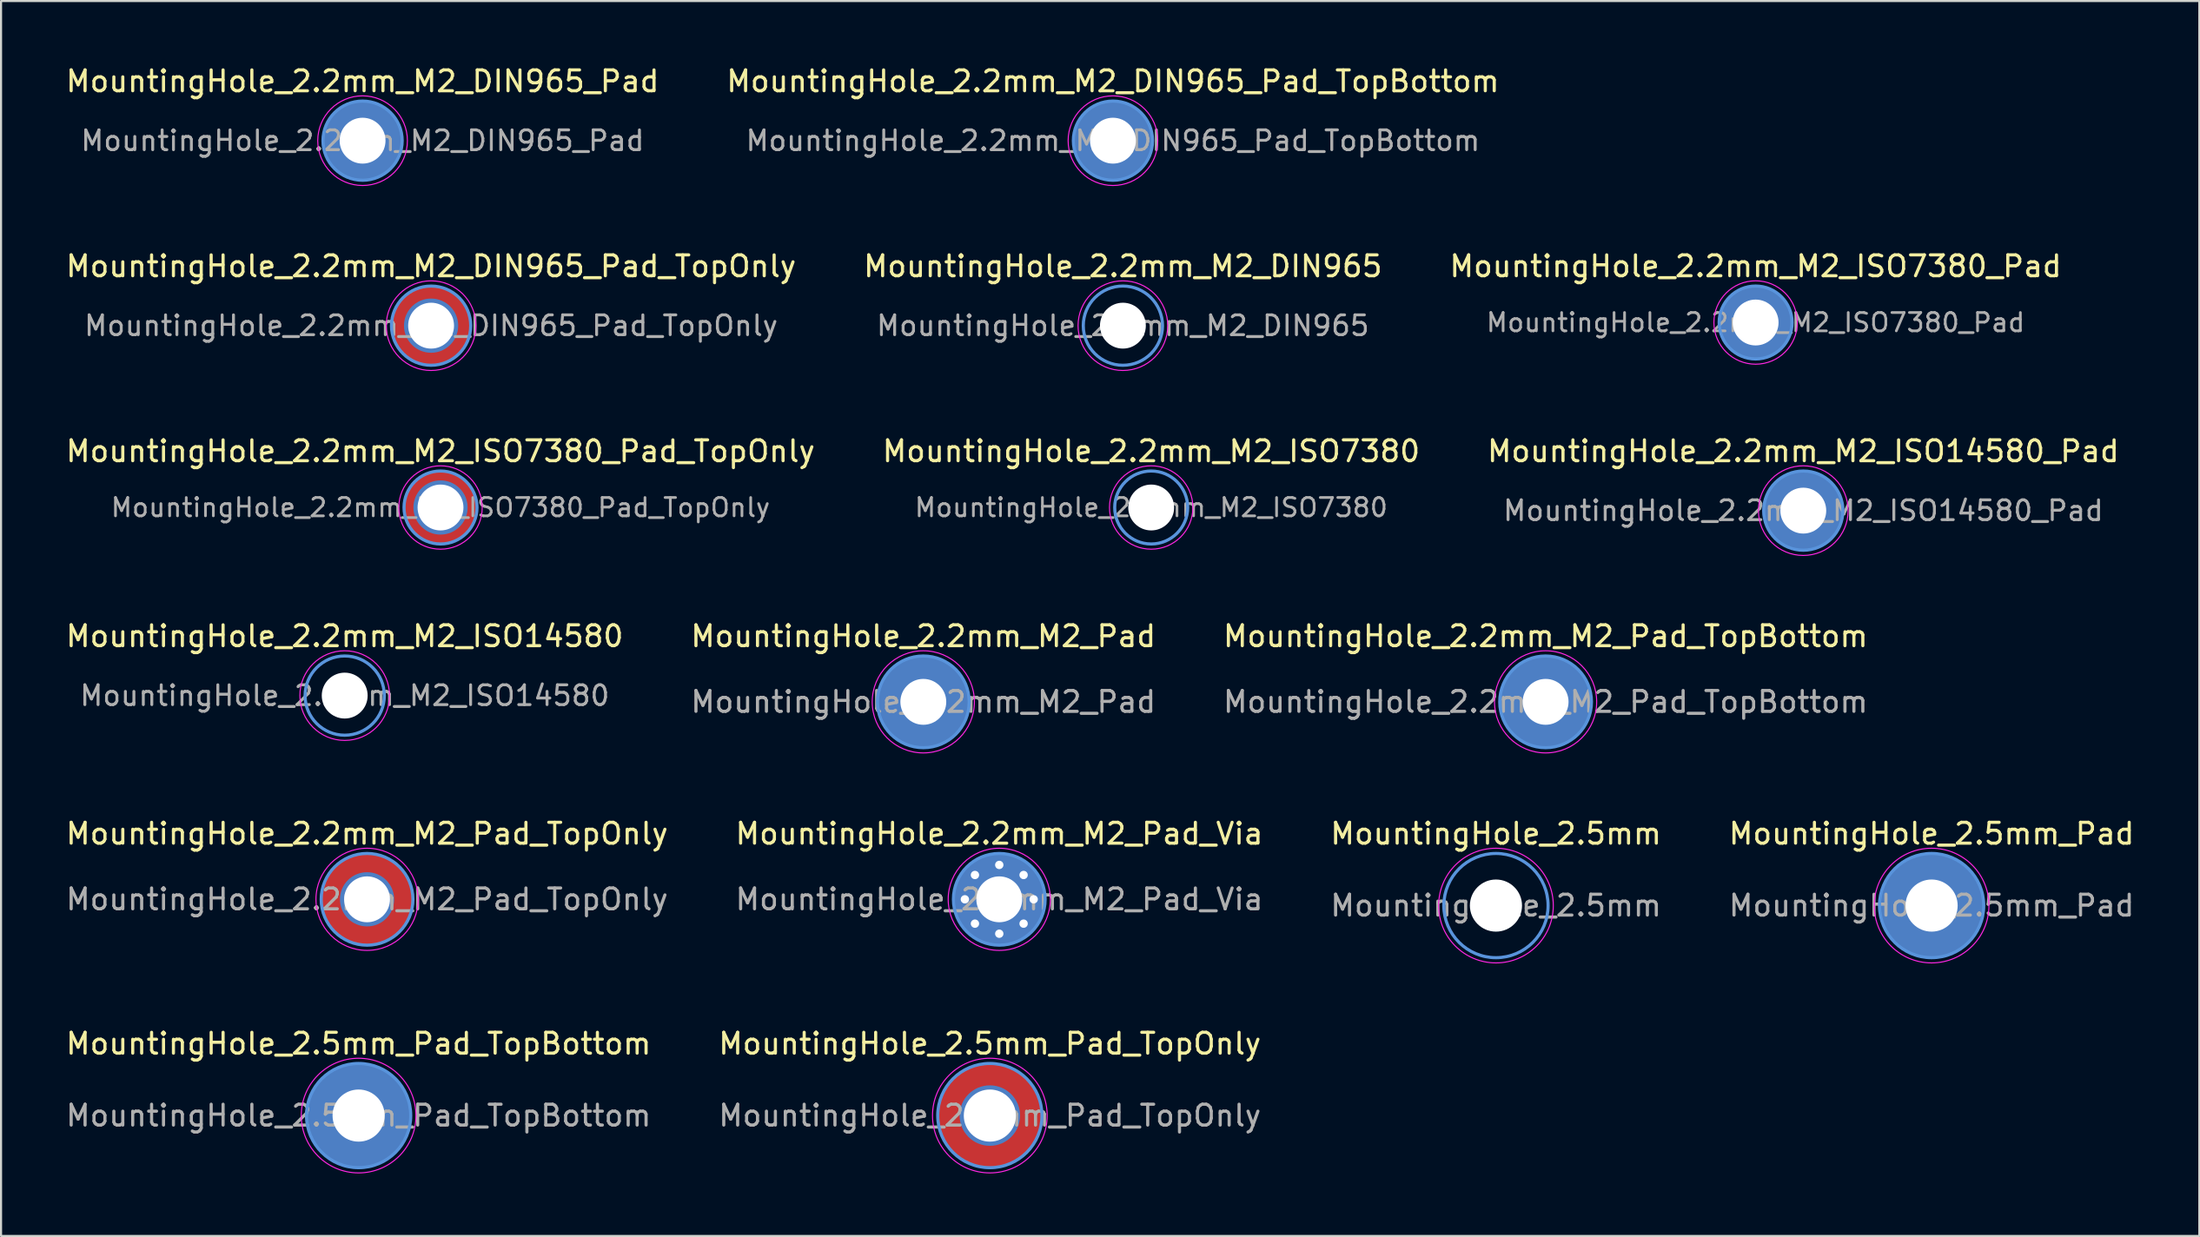
<source format=kicad_pcb>
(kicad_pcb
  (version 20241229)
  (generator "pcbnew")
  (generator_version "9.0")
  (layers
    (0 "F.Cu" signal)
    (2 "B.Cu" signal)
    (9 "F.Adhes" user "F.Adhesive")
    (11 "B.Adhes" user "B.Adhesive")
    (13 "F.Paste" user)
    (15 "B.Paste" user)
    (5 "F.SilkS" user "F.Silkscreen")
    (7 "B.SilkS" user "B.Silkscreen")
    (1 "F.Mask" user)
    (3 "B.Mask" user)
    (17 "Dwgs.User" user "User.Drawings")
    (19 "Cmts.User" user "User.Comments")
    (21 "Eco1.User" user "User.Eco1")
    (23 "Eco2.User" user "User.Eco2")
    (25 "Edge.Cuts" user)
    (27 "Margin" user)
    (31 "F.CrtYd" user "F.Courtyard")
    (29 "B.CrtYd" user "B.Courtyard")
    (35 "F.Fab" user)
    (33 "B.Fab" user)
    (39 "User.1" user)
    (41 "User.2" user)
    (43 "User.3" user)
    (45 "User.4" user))
  (footprint "MountingHole_2.2mm_M2_DIN965_Pad_TopOnly"
    (layer "F.Cu")
    (at 17.625 12.572)
    (property "Reference" "MountingHole_2.2mm_M2_DIN965_Pad_TopOnly" (at 0 -2.85 0) (layer "F.SilkS") (effects (font (size 1 1) (thickness 0.15))))
    (attr exclude_from_pos_files exclude_from_bom)
    (fp_circle (center 0 0) (end 1.9 0) (stroke (width 0.15) (type solid)) (fill no) (layer "Cmts.User"))
    (fp_circle (center 0 0) (end 2.15 0) (stroke (width 0.05) (type solid)) (fill no) (layer "F.CrtYd"))
    (fp_text user "${REFERENCE}" (at 0 0 0) (layer "F.Fab") (effects (font (size 0.95 0.95) (thickness 0.14))))
    (pad "1" thru_hole circle (at 0 0) (size 2.6 2.6) (drill 2.2) (layers "*.Cu" "*.Mask"))
    (pad "1" connect circle (at 0 0) (size 3.8 3.8) (layers "F.Cu" "F.Mask")))
  (footprint "MountingHole_2.2mm_M2_DIN965_Pad"
    (layer "F.Cu")
    (at 14.339 3.698)
    (property "Reference" "MountingHole_2.2mm_M2_DIN965_Pad" (at 0 -2.85 0) (layer "F.SilkS") (effects (font (size 1 1) (thickness 0.15))))
    (attr exclude_from_pos_files exclude_from_bom)
    (fp_circle (center 0 0) (end 1.9 0) (stroke (width 0.15) (type solid)) (fill no) (layer "Cmts.User"))
    (fp_circle (center 0 0) (end 2.15 0) (stroke (width 0.05) (type solid)) (fill no) (layer "F.CrtYd"))
    (fp_text user "${REFERENCE}" (at 0 0 0) (layer "F.Fab") (effects (font (size 0.95 0.95) (thickness 0.14))))
    (pad "1" thru_hole circle (at 0 0) (size 3.8 3.8) (drill 2.2) (layers "*.Cu" "*.Mask")))
  (footprint "MountingHole_2.2mm_M2_ISO14580"
    (layer "F.Cu")
    (at 13.482 30.318)
    (property "Reference" "MountingHole_2.2mm_M2_ISO14580" (at 0 -2.85 0) (layer "F.SilkS") (effects (font (size 1 1) (thickness 0.15))))
    (attr exclude_from_pos_files exclude_from_bom)
    (fp_circle (center 0 0) (end 1.9 0) (stroke (width 0.15) (type solid)) (fill no) (layer "Cmts.User"))
    (fp_circle (center 0 0) (end 2.15 0) (stroke (width 0.05) (type solid)) (fill no) (layer "F.CrtYd"))
    (fp_text user "${REFERENCE}" (at 0 0 0) (layer "F.Fab") (effects (font (size 0.95 0.95) (thickness 0.14))))
    (pad "" np_thru_hole circle (at 0 0) (size 2.2 2.2) (drill 2.2) (layers "*.Cu" "*.Mask")))
  (footprint "MountingHole_2.2mm_M2_Pad"
    (layer "F.Cu")
    (at 41.232 30.618)
    (property "Reference" "MountingHole_2.2mm_M2_Pad" (at 0 -3.15 0) (layer "F.SilkS") (effects (font (size 1 1) (thickness 0.15))))
    (attr exclude_from_pos_files exclude_from_bom)
    (fp_circle (center 0 0) (end 2.2 0) (stroke (width 0.15) (type solid)) (fill no) (layer "Cmts.User"))
    (fp_circle (center 0 0) (end 2.45 0) (stroke (width 0.05) (type solid)) (fill no) (layer "F.CrtYd"))
    (fp_text user "${REFERENCE}" (at 0 0 0) (layer "F.Fab") (effects (font (size 1 1) (thickness 0.15))))
    (pad "1" thru_hole circle (at 0 0) (size 4.4 4.4) (drill 2.2) (layers "*.Cu" "*.Mask")))
  (footprint "MountingHole_2.2mm_M2_ISO7380_Pad"
    (layer "F.Cu")
    (at 81.149 12.421)
    (property "Reference" "MountingHole_2.2mm_M2_ISO7380_Pad" (at 0 -2.7 0) (layer "F.SilkS") (effects (font (size 1 1) (thickness 0.15))))
    (attr exclude_from_pos_files exclude_from_bom)
    (fp_circle (center 0 0) (end 1.75 0) (stroke (width 0.15) (type solid)) (fill no) (layer "Cmts.User"))
    (fp_circle (center 0 0) (end 2 0) (stroke (width 0.05) (type solid)) (fill no) (layer "F.CrtYd"))
    (fp_text user "${REFERENCE}" (at 0 0 0) (layer "F.Fab") (effects (font (size 0.88 0.88) (thickness 0.13))))
    (pad "1" thru_hole circle (at 0 0) (size 3.5 3.5) (drill 2.2) (layers "*.Cu" "*.Mask")))
  (footprint "MountingHole_2.5mm"
    (layer "F.Cu")
    (at 68.696 40.391)
    (property "Reference" "MountingHole_2.5mm" (at 0 -3.45 0) (layer "F.SilkS") (effects (font (size 1 1) (thickness 0.15))))
    (attr exclude_from_pos_files exclude_from_bom)
    (fp_circle (center 0 0) (end 2.5 0) (stroke (width 0.15) (type solid)) (fill no) (layer "Cmts.User"))
    (fp_circle (center 0 0) (end 2.75 0) (stroke (width 0.05) (type solid)) (fill no) (layer "F.CrtYd"))
    (fp_text user "${REFERENCE}" (at 0 0 0) (layer "F.Fab") (effects (font (size 1 1) (thickness 0.15))))
    (pad "" np_thru_hole circle (at 0 0) (size 2.5 2.5) (drill 2.5) (layers "*.Cu" "*.Mask")))
  (footprint "MountingHole_2.5mm_Pad"
    (layer "F.Cu")
    (at 89.589 40.391)
    (property "Reference" "MountingHole_2.5mm_Pad" (at 0 -3.45 0) (layer "F.SilkS") (effects (font (size 1 1) (thickness 0.15))))
    (attr exclude_from_pos_files exclude_from_bom)
    (fp_circle (center 0 0) (end 2.5 0) (stroke (width 0.15) (type solid)) (fill no) (layer "Cmts.User"))
    (fp_circle (center 0 0) (end 2.75 0) (stroke (width 0.05) (type solid)) (fill no) (layer "F.CrtYd"))
    (fp_text user "${REFERENCE}" (at 0 0 0) (layer "F.Fab") (effects (font (size 1 1) (thickness 0.15))))
    (pad "1" thru_hole circle (at 0 0) (size 5 5) (drill 2.5) (layers "*.Cu" "*.Mask")))
  (footprint "MountingHole_2.2mm_M2_DIN965"
    (layer "F.Cu")
    (at 50.804 12.572)
    (property "Reference" "MountingHole_2.2mm_M2_DIN965" (at 0 -2.85 0) (layer "F.SilkS") (effects (font (size 1 1) (thickness 0.15))))
    (attr exclude_from_pos_files exclude_from_bom)
    (fp_circle (center 0 0) (end 1.9 0) (stroke (width 0.15) (type solid)) (fill no) (layer "Cmts.User"))
    (fp_circle (center 0 0) (end 2.15 0) (stroke (width 0.05) (type solid)) (fill no) (layer "F.CrtYd"))
    (fp_text user "${REFERENCE}" (at 0 0 0) (layer "F.Fab") (effects (font (size 0.95 0.95) (thickness 0.14))))
    (pad "" np_thru_hole circle (at 0 0) (size 2.2 2.2) (drill 2.2) (layers "*.Cu" "*.Mask")))
  (footprint "MountingHole_2.2mm_M2_DIN965_Pad_TopBottom"
    (layer "F.Cu")
    (at 50.327 3.698)
    (property "Reference" "MountingHole_2.2mm_M2_DIN965_Pad_TopBottom" (at 0 -2.85 0) (layer "F.SilkS") (effects (font (size 1 1) (thickness 0.15))))
    (attr exclude_from_pos_files exclude_from_bom)
    (fp_circle (center 0 0) (end 1.9 0) (stroke (width 0.15) (type solid)) (fill no) (layer "Cmts.User"))
    (fp_circle (center 0 0) (end 2.15 0) (stroke (width 0.05) (type solid)) (fill no) (layer "F.CrtYd"))
    (fp_text user "${REFERENCE}" (at 0 0 0) (layer "F.Fab") (effects (font (size 0.95 0.95) (thickness 0.14))))
    (pad "1" thru_hole circle (at 0 0) (size 2.6 2.6) (drill 2.2) (layers "*.Cu" "*.Mask"))
    (pad "1" connect circle (at 0 0) (size 3.8 3.8) (layers "F.Cu" "F.Mask"))
    (pad "1" connect circle (at 0 0) (size 3.8 3.8) (layers "B.Cu" "B.Mask")))
  (footprint "MountingHole_2.5mm_Pad_TopBottom"
    (layer "F.Cu")
    (at 14.149 50.465)
    (property "Reference" "MountingHole_2.5mm_Pad_TopBottom" (at 0 -3.45 0) (layer "F.SilkS") (effects (font (size 1 1) (thickness 0.15))))
    (attr exclude_from_pos_files exclude_from_bom)
    (fp_circle (center 0 0) (end 2.5 0) (stroke (width 0.15) (type solid)) (fill no) (layer "Cmts.User"))
    (fp_circle (center 0 0) (end 2.75 0) (stroke (width 0.05) (type solid)) (fill no) (layer "F.CrtYd"))
    (fp_text user "${REFERENCE}" (at 0 0 0) (layer "F.Fab") (effects (font (size 1 1) (thickness 0.15))))
    (pad "1" thru_hole circle (at 0 0) (size 2.9 2.9) (drill 2.5) (layers "*.Cu" "*.Mask"))
    (pad "1" connect circle (at 0 0) (size 5 5) (layers "F.Cu" "F.Mask"))
    (pad "1" connect circle (at 0 0) (size 5 5) (layers "B.Cu" "B.Mask")))
  (footprint "MountingHole_2.2mm_M2_Pad_TopBottom"
    (layer "F.Cu")
    (at 71.077 30.618)
    (property "Reference" "MountingHole_2.2mm_M2_Pad_TopBottom" (at 0 -3.15 0) (layer "F.SilkS") (effects (font (size 1 1) (thickness 0.15))))
    (attr exclude_from_pos_files exclude_from_bom)
    (fp_circle (center 0 0) (end 2.2 0) (stroke (width 0.15) (type solid)) (fill no) (layer "Cmts.User"))
    (fp_circle (center 0 0) (end 2.45 0) (stroke (width 0.05) (type solid)) (fill no) (layer "F.CrtYd"))
    (fp_text user "${REFERENCE}" (at 0 0 0) (layer "F.Fab") (effects (font (size 1 1) (thickness 0.15))))
    (pad "1" thru_hole circle (at 0 0) (size 2.6 2.6) (drill 2.2) (layers "*.Cu" "*.Mask"))
    (pad "1" connect circle (at 0 0) (size 4.4 4.4) (layers "F.Cu" "F.Mask"))
    (pad "1" connect circle (at 0 0) (size 4.4 4.4) (layers "B.Cu" "B.Mask")))
  (footprint "MountingHole_2.2mm_M2_ISO7380_Pad_TopOnly"
    (layer "F.Cu")
    (at 18.077 21.295)
    (property "Reference" "MountingHole_2.2mm_M2_ISO7380_Pad_TopOnly" (at 0 -2.7 0) (layer "F.SilkS") (effects (font (size 1 1) (thickness 0.15))))
    (attr exclude_from_pos_files exclude_from_bom)
    (fp_circle (center 0 0) (end 1.75 0) (stroke (width 0.15) (type solid)) (fill no) (layer "Cmts.User"))
    (fp_circle (center 0 0) (end 2 0) (stroke (width 0.05) (type solid)) (fill no) (layer "F.CrtYd"))
    (fp_text user "${REFERENCE}" (at 0 0 0) (layer "F.Fab") (effects (font (size 0.88 0.88) (thickness 0.13))))
    (pad "1" thru_hole circle (at 0 0) (size 2.6 2.6) (drill 2.2) (layers "*.Cu" "*.Mask"))
    (pad "1" connect circle (at 0 0) (size 3.5 3.5) (layers "F.Cu" "F.Mask")))
  (footprint "MountingHole_2.2mm_M2_ISO7380"
    (layer "F.Cu")
    (at 52.161 21.295)
    (property "Reference" "MountingHole_2.2mm_M2_ISO7380" (at 0 -2.7 0) (layer "F.SilkS") (effects (font (size 1 1) (thickness 0.15))))
    (attr exclude_from_pos_files exclude_from_bom)
    (fp_circle (center 0 0) (end 1.75 0) (stroke (width 0.15) (type solid)) (fill no) (layer "Cmts.User"))
    (fp_circle (center 0 0) (end 2 0) (stroke (width 0.05) (type solid)) (fill no) (layer "F.CrtYd"))
    (fp_text user "${REFERENCE}" (at 0 0 0) (layer "F.Fab") (effects (font (size 0.88 0.88) (thickness 0.13))))
    (pad "" np_thru_hole circle (at 0 0) (size 2.2 2.2) (drill 2.2) (layers "*.Cu" "*.Mask")))
  (footprint "MountingHole_2.5mm_Pad_TopOnly"
    (layer "F.Cu")
    (at 44.423 50.465)
    (property "Reference" "MountingHole_2.5mm_Pad_TopOnly" (at 0 -3.45 0) (layer "F.SilkS") (effects (font (size 1 1) (thickness 0.15))))
    (attr exclude_from_pos_files exclude_from_bom)
    (fp_circle (center 0 0) (end 2.5 0) (stroke (width 0.15) (type solid)) (fill no) (layer "Cmts.User"))
    (fp_circle (center 0 0) (end 2.75 0) (stroke (width 0.05) (type solid)) (fill no) (layer "F.CrtYd"))
    (fp_text user "${REFERENCE}" (at 0 0 0) (layer "F.Fab") (effects (font (size 1 1) (thickness 0.15))))
    (pad "1" thru_hole circle (at 0 0) (size 2.9 2.9) (drill 2.5) (layers "*.Cu" "*.Mask"))
    (pad "1" connect circle (at 0 0) (size 5 5) (layers "F.Cu" "F.Mask")))
  (footprint "MountingHole_2.2mm_M2_ISO14580_Pad"
    (layer "F.Cu")
    (at 83.435 21.445)
    (property "Reference" "MountingHole_2.2mm_M2_ISO14580_Pad" (at 0 -2.85 0) (layer "F.SilkS") (effects (font (size 1 1) (thickness 0.15))))
    (attr exclude_from_pos_files exclude_from_bom)
    (fp_circle (center 0 0) (end 1.9 0) (stroke (width 0.15) (type solid)) (fill no) (layer "Cmts.User"))
    (fp_circle (center 0 0) (end 2.15 0) (stroke (width 0.05) (type solid)) (fill no) (layer "F.CrtYd"))
    (fp_text user "${REFERENCE}" (at 0 0 0) (layer "F.Fab") (effects (font (size 0.95 0.95) (thickness 0.14))))
    (pad "1" thru_hole circle (at 0 0) (size 3.8 3.8) (drill 2.2) (layers "*.Cu" "*.Mask")))
  (footprint "MountingHole_2.2mm_M2_Pad_TopOnly"
    (layer "F.Cu")
    (at 14.554 40.091)
    (property "Reference" "MountingHole_2.2mm_M2_Pad_TopOnly" (at 0 -3.15 0) (layer "F.SilkS") (effects (font (size 1 1) (thickness 0.15))))
    (attr exclude_from_pos_files exclude_from_bom)
    (fp_circle (center 0 0) (end 2.2 0) (stroke (width 0.15) (type solid)) (fill no) (layer "Cmts.User"))
    (fp_circle (center 0 0) (end 2.45 0) (stroke (width 0.05) (type solid)) (fill no) (layer "F.CrtYd"))
    (fp_text user "${REFERENCE}" (at 0 0 0) (layer "F.Fab") (effects (font (size 1 1) (thickness 0.15))))
    (pad "1" thru_hole circle (at 0 0) (size 2.6 2.6) (drill 2.2) (layers "*.Cu" "*.Mask"))
    (pad "1" connect circle (at 0 0) (size 4.4 4.4) (layers "F.Cu" "F.Mask")))
  (footprint "MountingHole_2.2mm_M2_Pad_Via"
    (layer "F.Cu")
    (at 44.875 40.091)
    (property "Reference" "MountingHole_2.2mm_M2_Pad_Via" (at 0 -3.15 0) (layer "F.SilkS") (effects (font (size 1 1) (thickness 0.15))))
    (attr exclude_from_pos_files exclude_from_bom)
    (fp_circle (center 0 0) (end 2.2 0) (stroke (width 0.15) (type solid)) (fill no) (layer "Cmts.User"))
    (fp_circle (center 0 0) (end 2.45 0) (stroke (width 0.05) (type solid)) (fill no) (layer "F.CrtYd"))
    (fp_text user "${REFERENCE}" (at 0 0 0) (layer "F.Fab") (effects (font (size 1 1) (thickness 0.15))))
    (pad "1" thru_hole circle (at -1.65 0) (size 0.7 0.7) (drill 0.4) (layers "*.Cu" "*.Mask"))
    (pad "1" thru_hole circle (at -1.167 -1.167) (size 0.7 0.7) (drill 0.4) (layers "*.Cu" "*.Mask"))
    (pad "1" thru_hole circle (at -1.167 1.167) (size 0.7 0.7) (drill 0.4) (layers "*.Cu" "*.Mask"))
    (pad "1" thru_hole circle (at 0 -1.65) (size 0.7 0.7) (drill 0.4) (layers "*.Cu" "*.Mask"))
    (pad "1" thru_hole circle (at 0 0) (size 4.4 4.4) (drill 2.2) (layers "*.Cu" "*.Mask"))
    (pad "1" thru_hole circle (at 0 1.65) (size 0.7 0.7) (drill 0.4) (layers "*.Cu" "*.Mask"))
    (pad "1" thru_hole circle (at 1.167 -1.167) (size 0.7 0.7) (drill 0.4) (layers "*.Cu" "*.Mask"))
    (pad "1" thru_hole circle (at 1.167 1.167) (size 0.7 0.7) (drill 0.4) (layers "*.Cu" "*.Mask"))
    (pad "1" thru_hole circle (at 1.65 0) (size 0.7 0.7) (drill 0.4) (layers "*.Cu" "*.Mask")))
  (gr_rect
    (start -3 -3)
    (end 102.429 56.239)
    (stroke (width 0.1) (type default))
    (fill no)
    (layer "Edge.Cuts")))
</source>
